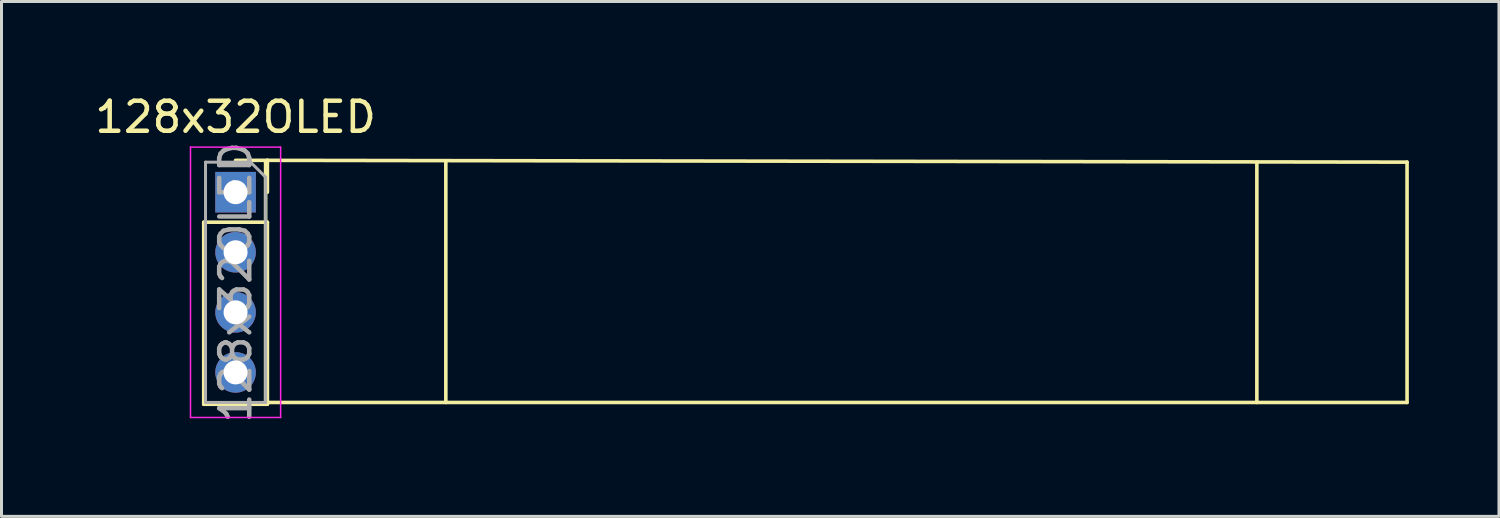
<source format=kicad_pcb>
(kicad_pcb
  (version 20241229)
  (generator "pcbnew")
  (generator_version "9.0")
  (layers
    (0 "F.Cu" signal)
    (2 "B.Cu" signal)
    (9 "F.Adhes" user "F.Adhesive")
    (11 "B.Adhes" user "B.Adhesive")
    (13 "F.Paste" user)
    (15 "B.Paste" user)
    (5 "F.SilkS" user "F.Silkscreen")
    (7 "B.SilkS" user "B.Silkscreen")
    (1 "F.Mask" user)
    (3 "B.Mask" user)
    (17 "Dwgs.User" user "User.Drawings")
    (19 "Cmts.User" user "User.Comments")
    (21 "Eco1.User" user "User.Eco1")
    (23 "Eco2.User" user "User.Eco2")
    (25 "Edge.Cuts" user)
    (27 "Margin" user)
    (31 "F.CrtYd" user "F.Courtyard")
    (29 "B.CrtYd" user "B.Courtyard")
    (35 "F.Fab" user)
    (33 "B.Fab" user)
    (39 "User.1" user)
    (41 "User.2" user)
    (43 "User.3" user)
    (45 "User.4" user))
  (footprint "128x32OLED"
    (layer "F.Cu")
    (at 5.792 6.348)
    (property "Reference" "128x32OLED" (at -1 -5.5 0) (layer "F.SilkS") (effects (font (size 1 1) (thickness 0.15))))
    (attr through_hole)
    (fp_line (start -2.06 -2) (end -2.06 4.06) (stroke (width 0.12) (type solid)) (layer "F.SilkS"))
    (fp_line (start -2.06 -2) (end 0.06 -2) (stroke (width 0.12) (type solid)) (layer "F.SilkS"))
    (fp_line (start -2.06 4.06) (end 0.06 4.06) (stroke (width 0.12) (type solid)) (layer "F.SilkS"))
    (fp_line (start -1 -4.06) (end 0.06 -4.06) (stroke (width 0.12) (type solid)) (layer "F.SilkS"))
    (fp_line (start 0 4) (end 0 -4) (stroke (width 0.12) (type solid)) (layer "F.SilkS"))
    (fp_line (start 0.06 -4.06) (end 0.06 -3) (stroke (width 0.12) (type solid)) (layer "F.SilkS"))
    (fp_line (start 0.06 -4.06) (end 38 -4) (stroke (width 0.12) (type solid)) (layer "F.SilkS"))
    (fp_line (start 0.06 -2) (end 0.06 4.06) (stroke (width 0.12) (type solid)) (layer "F.SilkS"))
    (fp_line (start 6 -4) (end 6 4) (stroke (width 0.12) (type solid)) (layer "F.SilkS"))
    (fp_line (start 33 -4) (end 33 4) (stroke (width 0.12) (type solid)) (layer "F.SilkS"))
    (fp_line (start 38 -4) (end 38 4) (stroke (width 0.12) (type solid)) (layer "F.SilkS"))
    (fp_line (start 38 4) (end 0 4) (stroke (width 0.12) (type solid)) (layer "F.SilkS"))
    (fp_line (start -2.5 -4.5) (end 0.5 -4.5) (stroke (width 0.05) (type solid)) (layer "F.CrtYd"))
    (fp_line (start -2.5 4.5) (end -2.5 -4.5) (stroke (width 0.05) (type solid)) (layer "F.CrtYd"))
    (fp_line (start 0.5 -4.5) (end 0.5 4.5) (stroke (width 0.05) (type solid)) (layer "F.CrtYd"))
    (fp_line (start 0.5 4.5) (end -2.5 4.5) (stroke (width 0.05) (type solid)) (layer "F.CrtYd"))
    (fp_line (start -2 -4) (end -0.5 -4) (stroke (width 0.1) (type solid)) (layer "F.Fab"))
    (fp_line (start -2 4) (end -2 -4) (stroke (width 0.1) (type solid)) (layer "F.Fab"))
    (fp_line (start -0.5 -4) (end 0 -3.5) (stroke (width 0.1) (type solid)) (layer "F.Fab"))
    (fp_line (start 0 -3.5) (end 0 4) (stroke (width 0.1) (type solid)) (layer "F.Fab"))
    (fp_line (start 0 4) (end -2 4) (stroke (width 0.1) (type solid)) (layer "F.Fab"))
    (fp_text user "${REFERENCE}" (at -1 0 90) (layer "F.Fab") (effects (font (size 1 1) (thickness 0.15))))
    (pad "1" thru_hole rect (at -1 -3) (size 1.35 1.35) (drill 0.8) (layers "*.Cu" "*.Mask"))
    (pad "2" thru_hole oval (at -1 -1) (size 1.35 1.35) (drill 0.8) (layers "*.Cu" "*.Mask"))
    (pad "3" thru_hole oval (at -1 1) (size 1.35 1.35) (drill 0.8) (layers "*.Cu" "*.Mask"))
    (pad "4" thru_hole oval (at -1 3) (size 1.35 1.35) (drill 0.8) (layers "*.Cu" "*.Mask")))
  (gr_rect
    (start -3 -3)
    (end 46.852 14.14)
    (stroke (width 0.1) (type default))
    (fill no)
    (layer "Edge.Cuts")))
</source>
